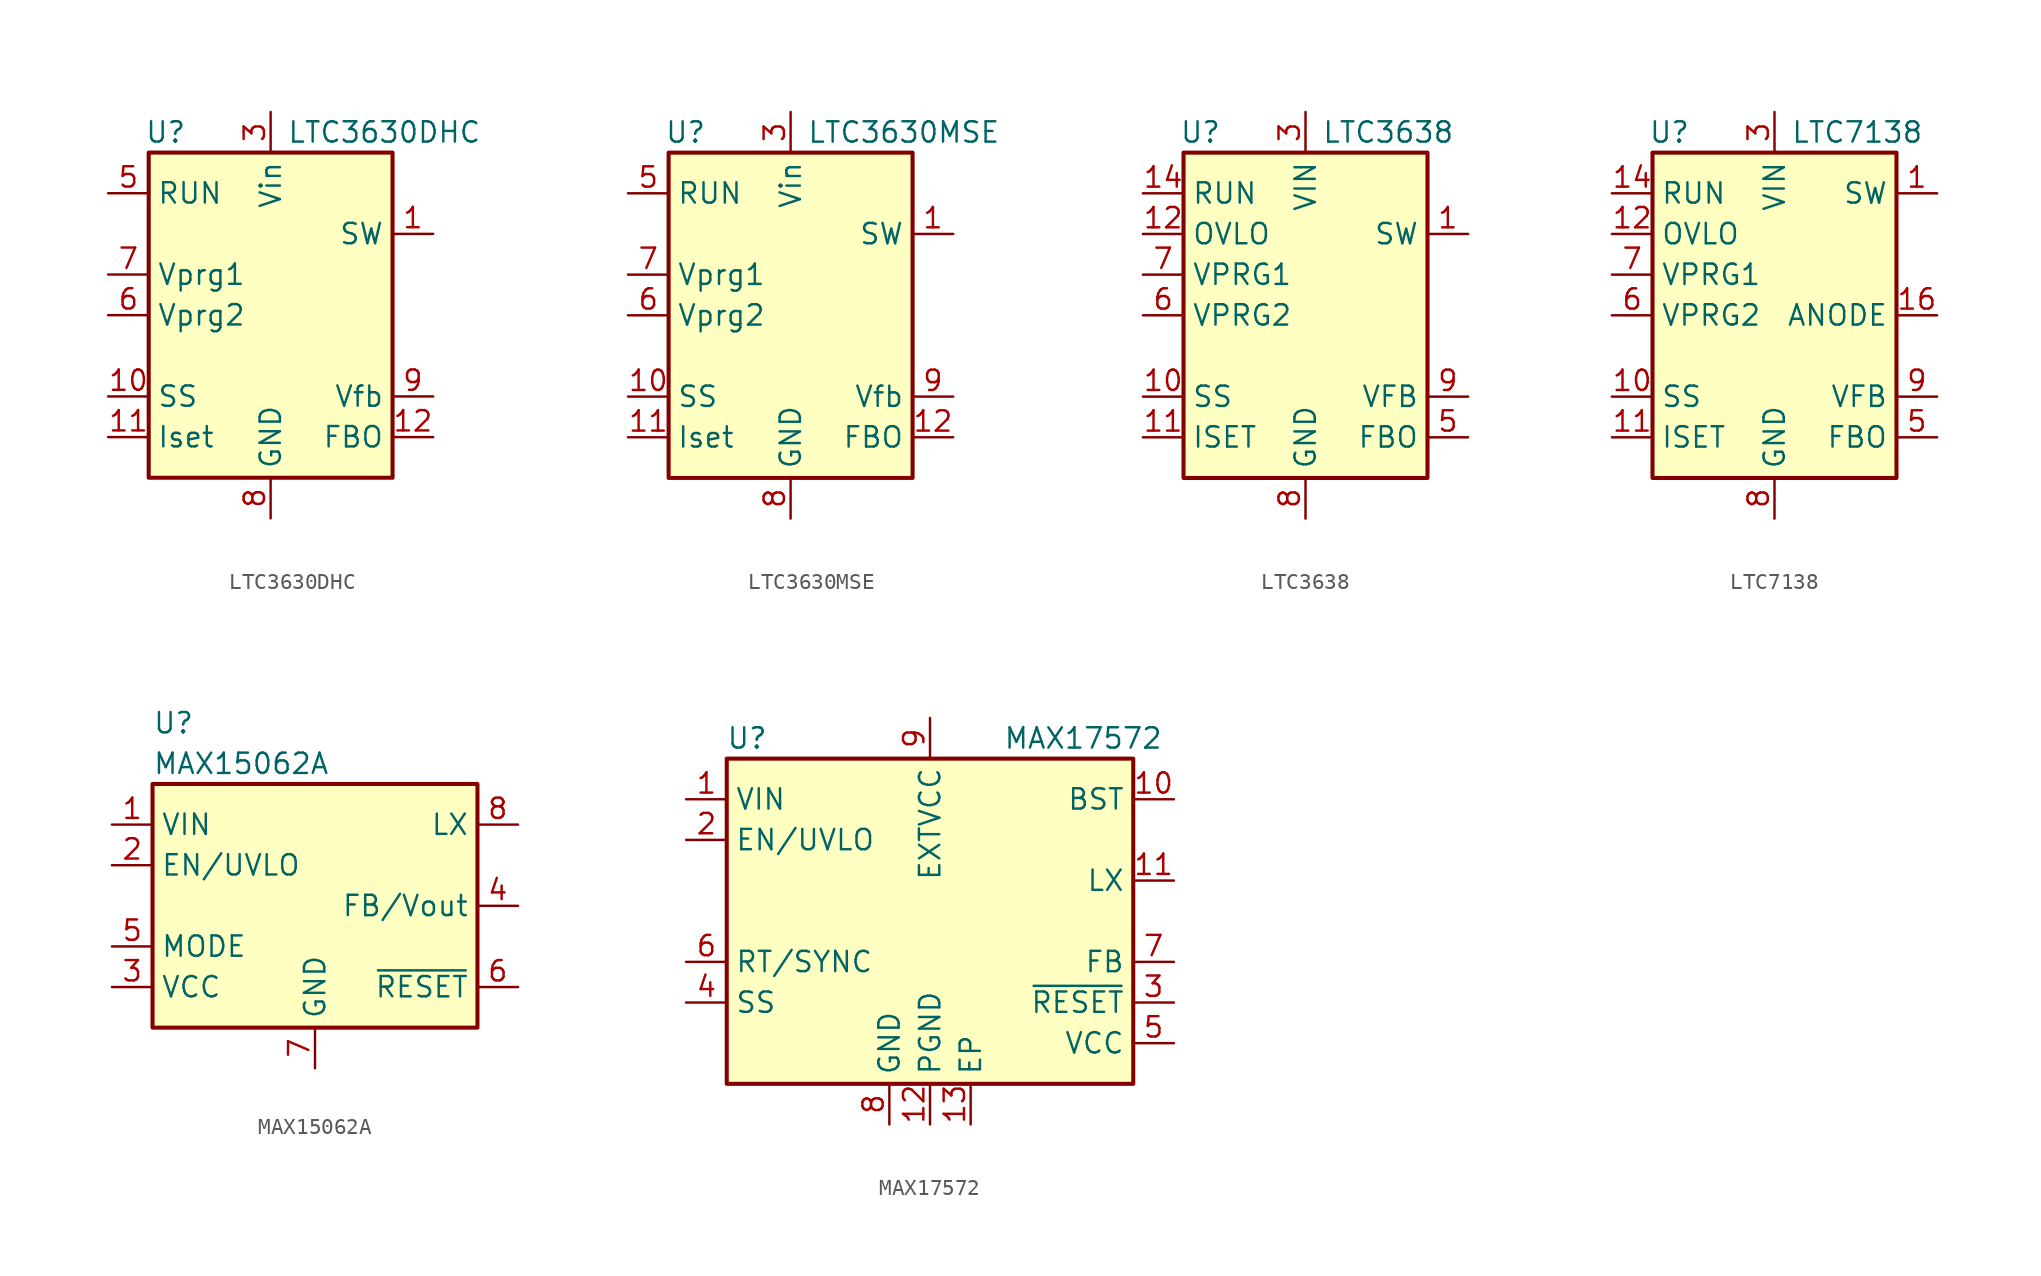
<source format=kicad_sym>
(kicad_symbol_lib
  (version 20201005)
  (generator kicad_symbol_editor)
  (symbol "LTC3630DHC"
    (property "Reference" "U"
      (at -7.874 11.43 0)
      (effects (font (size 1.27 1.27)) (justify left)))
    (property "Value" "LTC3630DHC"
      (at 1.016 11.43 0)
      (effects (font (size 1.27 1.27)) (justify left)))
    (symbol "LTC3630DHC_0_1"
      (rectangle (start -7.62 10.16) (end 7.62 -10.16) (stroke (width 0.254)) (fill (type background))))
    (symbol "LTC3630DHC_1_1"
      (pin passive line (at 10.16 5.08 180) (length 2.54) (name "SW" (effects (font (size 1.27 1.27)))) (number "1" (effects (font (size 1.27 1.27)))))
      (pin passive line (at -10.16 -5.08 0) (length 2.54) (name "SS" (effects (font (size 1.27 1.27)))) (number "10" (effects (font (size 1.27 1.27)))))
      (pin passive line (at -10.16 -7.62 0) (length 2.54) (name "Iset" (effects (font (size 1.27 1.27)))) (number "11" (effects (font (size 1.27 1.27)))))
      (pin output line (at 10.16 -7.62 180) (length 2.54) (name "FBO" (effects (font (size 1.27 1.27)))) (number "12" (effects (font (size 1.27 1.27)))))
      (pin no_connect line (at 5.08 2.54 180) (length 2.54) hide (name "NC" (effects (font (size 1.27 1.27)))) (number "13" (effects (font (size 1.27 1.27)))))
      (pin passive line (at 0 -12.7 90) (length 2.54) hide (name "GND" (effects (font (size 1.27 1.27)))) (number "14" (effects (font (size 1.27 1.27)))))
      (pin no_connect line (at -5.08 5.08 0) (length 2.54) hide (name "NC" (effects (font (size 1.27 1.27)))) (number "15" (effects (font (size 1.27 1.27)))))
      (pin passive line (at 0 -12.7 90) (length 2.54) hide (name "GND" (effects (font (size 1.27 1.27)))) (number "16" (effects (font (size 1.27 1.27)))))
      (pin passive line (at 0 -12.7 90) (length 2.54) hide (name "GND" (effects (font (size 1.27 1.27)))) (number "17" (effects (font (size 1.27 1.27)))))
      (pin no_connect line (at 5.08 0 180) (length 2.54) hide (name "NC" (effects (font (size 1.27 1.27)))) (number "2" (effects (font (size 1.27 1.27)))))
      (pin power_in line (at 0 12.7 270) (length 2.54) (name "Vin" (effects (font (size 1.27 1.27)))) (number "3" (effects (font (size 1.27 1.27)))))
      (pin no_connect line (at 5.08 -2.54 180) (length 2.54) hide (name "NC" (effects (font (size 1.27 1.27)))) (number "4" (effects (font (size 1.27 1.27)))))
      (pin input line (at -10.16 7.62 0) (length 2.54) (name "RUN" (effects (font (size 1.27 1.27)))) (number "5" (effects (font (size 1.27 1.27)))))
      (pin input line (at -10.16 0 0) (length 2.54) (name "Vprg2" (effects (font (size 1.27 1.27)))) (number "6" (effects (font (size 1.27 1.27)))))
      (pin input line (at -10.16 2.54 0) (length 2.54) (name "Vprg1" (effects (font (size 1.27 1.27)))) (number "7" (effects (font (size 1.27 1.27)))))
      (pin power_in line (at 0 -12.7 90) (length 2.54) (name "GND" (effects (font (size 1.27 1.27)))) (number "8" (effects (font (size 1.27 1.27)))))
      (pin input line (at 10.16 -5.08 180) (length 2.54) (name "Vfb" (effects (font (size 1.27 1.27)))) (number "9" (effects (font (size 1.27 1.27)))))))
  (symbol "LTC3630MSE"
    (property "Reference" "U"
      (at -7.874 11.43 0)
      (effects (font (size 1.27 1.27)) (justify left)))
    (property "Value" "LTC3630MSE"
      (at 1.016 11.43 0)
      (effects (font (size 1.27 1.27)) (justify left)))
    (symbol "LTC3630MSE_0_1"
      (rectangle (start -7.62 10.16) (end 7.62 -10.16) (stroke (width 0.254)) (fill (type background))))
    (symbol "LTC3630MSE_1_1"
      (pin passive line (at 10.16 5.08 180) (length 2.54) (name "SW" (effects (font (size 1.27 1.27)))) (number "1" (effects (font (size 1.27 1.27)))))
      (pin passive line (at -10.16 -5.08 0) (length 2.54) (name "SS" (effects (font (size 1.27 1.27)))) (number "10" (effects (font (size 1.27 1.27)))))
      (pin passive line (at -10.16 -7.62 0) (length 2.54) (name "Iset" (effects (font (size 1.27 1.27)))) (number "11" (effects (font (size 1.27 1.27)))))
      (pin output line (at 10.16 -7.62 180) (length 2.54) (name "FBO" (effects (font (size 1.27 1.27)))) (number "12" (effects (font (size 1.27 1.27)))))
      (pin passive line (at 0 -12.7 90) (length 2.54) hide (name "GND" (effects (font (size 1.27 1.27)))) (number "14" (effects (font (size 1.27 1.27)))))
      (pin passive line (at 0 -12.7 90) (length 2.54) hide (name "GND" (effects (font (size 1.27 1.27)))) (number "16" (effects (font (size 1.27 1.27)))))
      (pin passive line (at 0 -12.7 90) (length 2.54) hide (name "GND" (effects (font (size 1.27 1.27)))) (number "17" (effects (font (size 1.27 1.27)))))
      (pin power_in line (at 0 12.7 270) (length 2.54) (name "Vin" (effects (font (size 1.27 1.27)))) (number "3" (effects (font (size 1.27 1.27)))))
      (pin input line (at -10.16 7.62 0) (length 2.54) (name "RUN" (effects (font (size 1.27 1.27)))) (number "5" (effects (font (size 1.27 1.27)))))
      (pin input line (at -10.16 0 0) (length 2.54) (name "Vprg2" (effects (font (size 1.27 1.27)))) (number "6" (effects (font (size 1.27 1.27)))))
      (pin input line (at -10.16 2.54 0) (length 2.54) (name "Vprg1" (effects (font (size 1.27 1.27)))) (number "7" (effects (font (size 1.27 1.27)))))
      (pin power_in line (at 0 -12.7 90) (length 2.54) (name "GND" (effects (font (size 1.27 1.27)))) (number "8" (effects (font (size 1.27 1.27)))))
      (pin input line (at 10.16 -5.08 180) (length 2.54) (name "Vfb" (effects (font (size 1.27 1.27)))) (number "9" (effects (font (size 1.27 1.27)))))))
  (symbol "LTC3638"
    (property "Reference" "U"
      (at -7.874 11.43 0)
      (effects (font (size 1.27 1.27)) (justify left)))
    (property "Value" "LTC3638"
      (at 1.016 11.43 0)
      (effects (font (size 1.27 1.27)) (justify left)))
    (symbol "LTC3638_0_1"
      (rectangle (start -7.62 10.16) (end 7.62 -10.16) (stroke (width 0.254)) (fill (type background))))
    (symbol "LTC3638_1_1"
      (pin passive line (at 10.16 5.08 180) (length 2.54) (name "SW" (effects (font (size 1.27 1.27)))) (number "1" (effects (font (size 1.27 1.27)))))
      (pin passive line (at -10.16 -5.08 0) (length 2.54) (name "SS" (effects (font (size 1.27 1.27)))) (number "10" (effects (font (size 1.27 1.27)))))
      (pin passive line (at -10.16 -7.62 0) (length 2.54) (name "ISET" (effects (font (size 1.27 1.27)))) (number "11" (effects (font (size 1.27 1.27)))))
      (pin input line (at -10.16 5.08 0) (length 2.54) (name "OVLO" (effects (font (size 1.27 1.27)))) (number "12" (effects (font (size 1.27 1.27)))))
      (pin input line (at -10.16 7.62 0) (length 2.54) (name "RUN" (effects (font (size 1.27 1.27)))) (number "14" (effects (font (size 1.27 1.27)))))
      (pin passive line (at 0 -12.7 90) (length 2.54) hide (name "GND" (effects (font (size 1.27 1.27)))) (number "16" (effects (font (size 1.27 1.27)))))
      (pin passive line (at 0 -12.7 90) (length 2.54) hide (name "GND" (effects (font (size 1.27 1.27)))) (number "17" (effects (font (size 1.27 1.27)))))
      (pin power_in line (at 0 12.7 270) (length 2.54) (name "VIN" (effects (font (size 1.27 1.27)))) (number "3" (effects (font (size 1.27 1.27)))))
      (pin output line (at 10.16 -7.62 180) (length 2.54) (name "FBO" (effects (font (size 1.27 1.27)))) (number "5" (effects (font (size 1.27 1.27)))))
      (pin input line (at -10.16 0 0) (length 2.54) (name "VPRG2" (effects (font (size 1.27 1.27)))) (number "6" (effects (font (size 1.27 1.27)))))
      (pin input line (at -10.16 2.54 0) (length 2.54) (name "VPRG1" (effects (font (size 1.27 1.27)))) (number "7" (effects (font (size 1.27 1.27)))))
      (pin power_in line (at 0 -12.7 90) (length 2.54) (name "GND" (effects (font (size 1.27 1.27)))) (number "8" (effects (font (size 1.27 1.27)))))
      (pin input line (at 10.16 -5.08 180) (length 2.54) (name "VFB" (effects (font (size 1.27 1.27)))) (number "9" (effects (font (size 1.27 1.27)))))))
  (symbol "LTC7138"
    (property "Reference" "U"
      (at -7.874 11.43 0)
      (effects (font (size 1.27 1.27)) (justify left)))
    (property "Value" "LTC7138"
      (at 1.016 11.43 0)
      (effects (font (size 1.27 1.27)) (justify left)))
    (symbol "LTC7138_0_1"
      (rectangle (start -7.62 10.16) (end 7.62 -10.16) (stroke (width 0.254)) (fill (type background))))
    (symbol "LTC7138_1_1"
      (pin passive line (at 10.16 7.62 180) (length 2.54) (name "SW" (effects (font (size 1.27 1.27)))) (number "1" (effects (font (size 1.27 1.27)))))
      (pin passive line (at -10.16 -5.08 0) (length 2.54) (name "SS" (effects (font (size 1.27 1.27)))) (number "10" (effects (font (size 1.27 1.27)))))
      (pin passive line (at -10.16 -7.62 0) (length 2.54) (name "ISET" (effects (font (size 1.27 1.27)))) (number "11" (effects (font (size 1.27 1.27)))))
      (pin input line (at -10.16 5.08 0) (length 2.54) (name "OVLO" (effects (font (size 1.27 1.27)))) (number "12" (effects (font (size 1.27 1.27)))))
      (pin input line (at -10.16 7.62 0) (length 2.54) (name "RUN" (effects (font (size 1.27 1.27)))) (number "14" (effects (font (size 1.27 1.27)))))
      (pin passive line (at 10.16 0 180) (length 2.54) (name "ANODE" (effects (font (size 1.27 1.27)))) (number "16" (effects (font (size 1.27 1.27)))))
      (pin passive line (at 0 -12.7 90) (length 2.54) hide (name "GND" (effects (font (size 1.27 1.27)))) (number "17" (effects (font (size 1.27 1.27)))))
      (pin power_in line (at 0 12.7 270) (length 2.54) (name "VIN" (effects (font (size 1.27 1.27)))) (number "3" (effects (font (size 1.27 1.27)))))
      (pin output line (at 10.16 -7.62 180) (length 2.54) (name "FBO" (effects (font (size 1.27 1.27)))) (number "5" (effects (font (size 1.27 1.27)))))
      (pin input line (at -10.16 0 0) (length 2.54) (name "VPRG2" (effects (font (size 1.27 1.27)))) (number "6" (effects (font (size 1.27 1.27)))))
      (pin input line (at -10.16 2.54 0) (length 2.54) (name "VPRG1" (effects (font (size 1.27 1.27)))) (number "7" (effects (font (size 1.27 1.27)))))
      (pin power_in line (at 0 -12.7 90) (length 2.54) (name "GND" (effects (font (size 1.27 1.27)))) (number "8" (effects (font (size 1.27 1.27)))))
      (pin input line (at 10.16 -5.08 180) (length 2.54) (name "VFB" (effects (font (size 1.27 1.27)))) (number "9" (effects (font (size 1.27 1.27)))))))
  (symbol "MAX15062A"
    (property "Reference" "U"
      (at -10.16 11.43 0)
      (effects (font (size 1.27 1.27)) (justify left)))
    (property "Value" "MAX15062A"
      (at -10.16 8.89 0)
      (effects (font (size 1.27 1.27)) (justify left)))
    (symbol "MAX15062A_0_1"
      (rectangle (start -10.16 7.62) (end 10.16 -7.62) (stroke (width 0.254)) (fill (type background))))
    (symbol "MAX15062A_1_1"
      (pin power_in line (at -12.7 5.08 0) (length 2.54) (name "VIN" (effects (font (size 1.27 1.27)))) (number "1" (effects (font (size 1.27 1.27)))))
      (pin input line (at -12.7 2.54 0) (length 2.54) (name "EN/UVLO" (effects (font (size 1.27 1.27)))) (number "2" (effects (font (size 1.27 1.27)))))
      (pin power_out line (at -12.7 -5.08 0) (length 2.54) (name "VCC" (effects (font (size 1.27 1.27)))) (number "3" (effects (font (size 1.27 1.27)))))
      (pin input line (at 12.7 0 180) (length 2.54) (name "FB/Vout" (effects (font (size 1.27 1.27)))) (number "4" (effects (font (size 1.27 1.27)))))
      (pin input line (at -12.7 -2.54 0) (length 2.54) (name "MODE" (effects (font (size 1.27 1.27)))) (number "5" (effects (font (size 1.27 1.27)))))
      (pin open_collector line (at 12.7 -5.08 180) (length 2.54) (name "~RESET" (effects (font (size 1.27 1.27)))) (number "6" (effects (font (size 1.27 1.27)))))
      (pin power_in line (at 0 -10.16 90) (length 2.54) (name "GND" (effects (font (size 1.27 1.27)))) (number "7" (effects (font (size 1.27 1.27)))))
      (pin power_out line (at 12.7 5.08 180) (length 2.54) (name "LX" (effects (font (size 1.27 1.27)))) (number "8" (effects (font (size 1.27 1.27)))))))
  (symbol "MAX17572"
    (property "Reference" "U"
      (at -11.43 11.43 0)
      (effects (font (size 1.27 1.27))))
    (property "Value" "MAX17572"
      (at 4.572 11.43 0)
      (effects (font (size 1.27 1.27)) (justify left)))
    (symbol "MAX17572_0_1"
      (rectangle (start -12.7 10.16) (end 12.7 -10.16) (stroke (width 0.254)) (fill (type background))))
    (symbol "MAX17572_1_1"
      (pin power_in line (at -15.24 7.62 0) (length 2.54) (name "VIN" (effects (font (size 1.27 1.27)))) (number "1" (effects (font (size 1.27 1.27)))))
      (pin passive line (at 15.24 7.62 180) (length 2.54) (name "BST" (effects (font (size 1.27 1.27)))) (number "10" (effects (font (size 1.27 1.27)))))
      (pin power_out line (at 15.24 2.54 180) (length 2.54) (name "LX" (effects (font (size 1.27 1.27)))) (number "11" (effects (font (size 1.27 1.27)))))
      (pin power_in line (at 0 -12.7 90) (length 2.54) (name "PGND" (effects (font (size 1.27 1.27)))) (number "12" (effects (font (size 1.27 1.27)))))
      (pin power_in line (at 2.54 -12.7 90) (length 2.54) (name "EP" (effects (font (size 1.27 1.27)))) (number "13" (effects (font (size 1.27 1.27)))))
      (pin input line (at -15.24 5.08 0) (length 2.54) (name "EN/UVLO" (effects (font (size 1.27 1.27)))) (number "2" (effects (font (size 1.27 1.27)))))
      (pin open_collector line (at 15.24 -5.08 180) (length 2.54) (name "~RESET" (effects (font (size 1.27 1.27)))) (number "3" (effects (font (size 1.27 1.27)))))
      (pin passive line (at -15.24 -5.08 0) (length 2.54) (name "SS" (effects (font (size 1.27 1.27)))) (number "4" (effects (font (size 1.27 1.27)))))
      (pin power_out line (at 15.24 -7.62 180) (length 2.54) (name "VCC" (effects (font (size 1.27 1.27)))) (number "5" (effects (font (size 1.27 1.27)))))
      (pin input line (at -15.24 -2.54 0) (length 2.54) (name "RT/SYNC" (effects (font (size 1.27 1.27)))) (number "6" (effects (font (size 1.27 1.27)))))
      (pin input line (at 15.24 -2.54 180) (length 2.54) (name "FB" (effects (font (size 1.27 1.27)))) (number "7" (effects (font (size 1.27 1.27)))))
      (pin power_in line (at -2.54 -12.7 90) (length 2.54) (name "GND" (effects (font (size 1.27 1.27)))) (number "8" (effects (font (size 1.27 1.27)))))
      (pin power_in line (at 0 12.7 270) (length 2.54) (name "EXTVCC" (effects (font (size 1.27 1.27)))) (number "9" (effects (font (size 1.27 1.27))))))))
</source>
